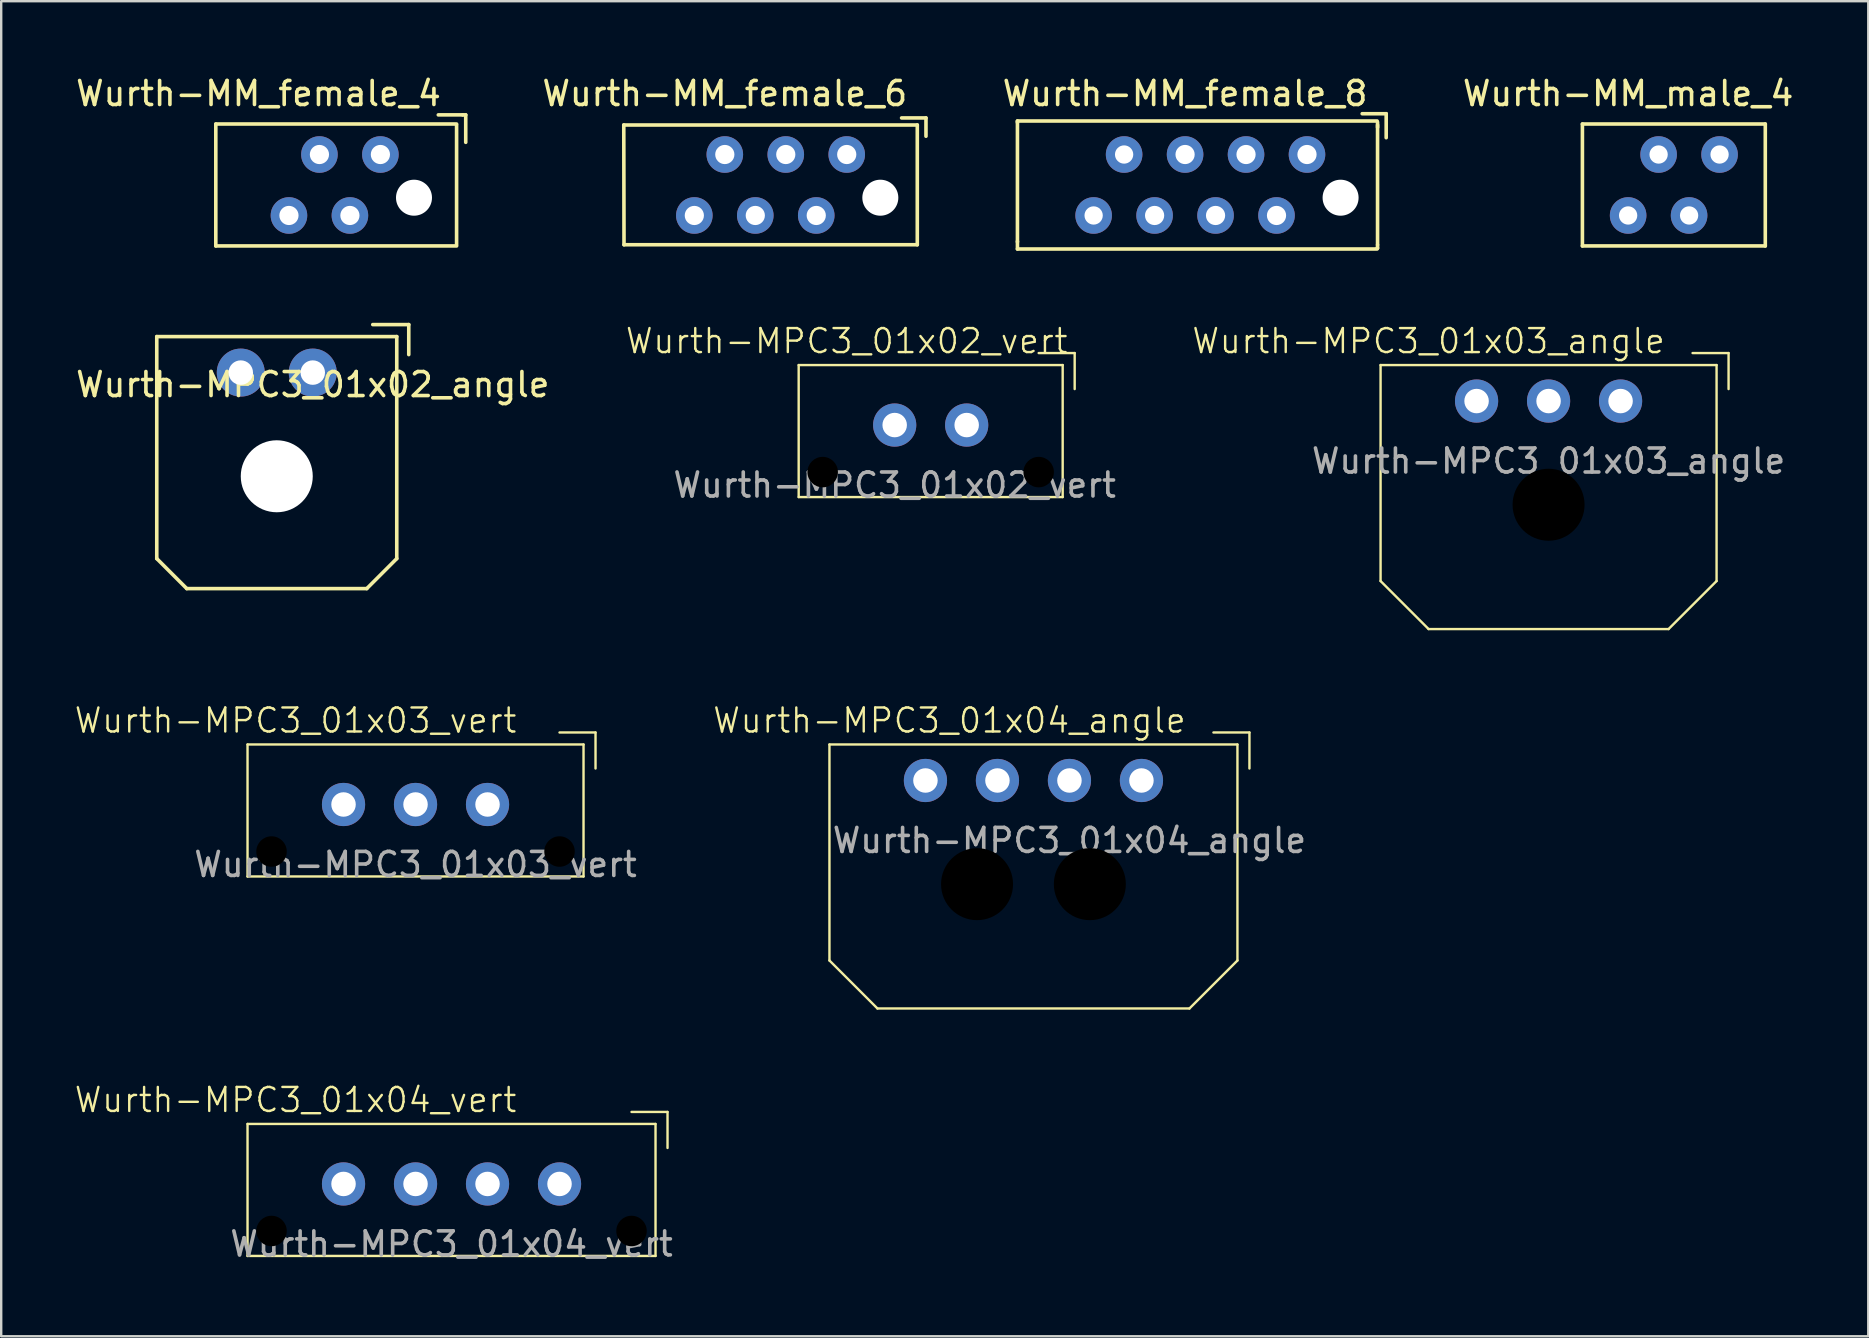
<source format=kicad_pcb>
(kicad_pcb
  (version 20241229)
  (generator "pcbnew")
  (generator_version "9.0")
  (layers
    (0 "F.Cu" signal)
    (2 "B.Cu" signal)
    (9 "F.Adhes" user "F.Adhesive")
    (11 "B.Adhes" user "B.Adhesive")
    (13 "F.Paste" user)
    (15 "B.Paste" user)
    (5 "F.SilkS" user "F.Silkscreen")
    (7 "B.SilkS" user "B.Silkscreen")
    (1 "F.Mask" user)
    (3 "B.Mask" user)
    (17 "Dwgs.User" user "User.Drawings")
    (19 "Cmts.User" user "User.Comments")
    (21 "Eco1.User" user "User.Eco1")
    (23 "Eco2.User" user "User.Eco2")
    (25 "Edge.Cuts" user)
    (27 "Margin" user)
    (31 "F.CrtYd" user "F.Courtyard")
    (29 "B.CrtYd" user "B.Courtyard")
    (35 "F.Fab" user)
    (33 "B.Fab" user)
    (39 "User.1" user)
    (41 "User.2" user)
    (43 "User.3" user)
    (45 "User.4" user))
  (footprint "Wurth-MPC3_01x04_vert"
    (layer "F.Cu")
    (at 20.264 46.282)
    (property "Reference" "Wurth-MPC3_01x04_vert" (at -11 -3.5 0) (unlocked yes) (layer "F.SilkS") (effects (font (size 1 1) (thickness 0.1))))
    (attr smd)
    (fp_line (start -13 -2.5) (end 4 -2.5) (stroke (width 0.1) (type default)) (layer "F.SilkS"))
    (fp_line (start -13 3) (end -13 -2.5) (stroke (width 0.1) (type default)) (layer "F.SilkS"))
    (fp_line (start 3 -3) (end 4.5 -3) (stroke (width 0.1) (type default)) (layer "F.SilkS"))
    (fp_line (start 4 -2.5) (end 4 3) (stroke (width 0.1) (type default)) (layer "F.SilkS"))
    (fp_line (start 4 3) (end -13 3) (stroke (width 0.1) (type default)) (layer "F.SilkS"))
    (fp_line (start 4.5 -3) (end 4.5 -1.5) (stroke (width 0.1) (type default)) (layer "F.SilkS"))
    (fp_text user "${REFERENCE}" (at -4.5 2.5 0) (unlocked yes) (layer "F.Fab") (effects (font (size 1 1) (thickness 0.15))))
    (pad "" np_thru_hole circle (at -12 1.96) (size 1.32 1.32) (drill 1.27) (layers "*.Mask"))
    (pad "" np_thru_hole circle (at 3 1.96) (size 1.32 1.32) (drill 1.27) (layers "*.Mask"))
    (pad "1" thru_hole circle (at 0 0) (size 1.8 1.8) (drill 1.02) (layers "*.Cu" "*.Mask"))
    (pad "2" thru_hole circle (at -3 0) (size 1.8 1.8) (drill 1.02) (layers "*.Cu" "*.Mask"))
    (pad "3" thru_hole circle (at -6 0) (size 1.8 1.8) (drill 1.02) (layers "*.Cu" "*.Mask"))
    (pad "4" thru_hole circle (at -9 0) (size 1.8 1.8) (drill 1.02) (layers "*.Cu" "*.Mask")))
  (footprint "Wurth-MPC3_01x03_angle"
    (layer "F.Cu")
    (at 64.475 13.661)
    (property "Reference" "Wurth-MPC3_01x03_angle" (at -8 -2.5 0) (unlocked yes) (layer "F.SilkS") (effects (font (size 1 1) (thickness 0.1))))
    (attr smd)
    (fp_line (start -10 -1.5) (end 4 -1.5) (stroke (width 0.1) (type default)) (layer "F.SilkS"))
    (fp_line (start -10 7.5) (end -10 -1.5) (stroke (width 0.1) (type default)) (layer "F.SilkS"))
    (fp_line (start -10 7.5) (end -8 9.5) (stroke (width 0.1) (type default)) (layer "F.SilkS"))
    (fp_line (start 2 9.5) (end -8 9.5) (stroke (width 0.1) (type default)) (layer "F.SilkS"))
    (fp_line (start 2 9.5) (end 4 7.5) (stroke (width 0.1) (type default)) (layer "F.SilkS"))
    (fp_line (start 3 -2) (end 4.5 -2) (stroke (width 0.1) (type default)) (layer "F.SilkS"))
    (fp_line (start 4 -1.5) (end 4 7.5) (stroke (width 0.1) (type default)) (layer "F.SilkS"))
    (fp_line (start 4.5 -2) (end 4.5 -0.5) (stroke (width 0.1) (type default)) (layer "F.SilkS"))
    (fp_text user "${REFERENCE}" (at -3 2.5 0) (unlocked yes) (layer "F.Fab") (effects (font (size 1 1) (thickness 0.15))))
    (pad "" np_thru_hole circle (at -3 4.32) (size 3.05 3.05) (drill 3) (layers "*.Mask"))
    (pad "1" thru_hole circle (at 0 0) (size 1.8 1.8) (drill 1.02) (layers "*.Cu" "*.Mask"))
    (pad "2" thru_hole circle (at -3 0) (size 1.8 1.8) (drill 1.02) (layers "*.Cu" "*.Mask"))
    (pad "3" thru_hole circle (at -6 0) (size 1.8 1.8) (drill 1.02) (layers "*.Cu" "*.Mask")))
  (footprint "Wurth-MM_female_8"
    (layer "F.Cu")
    (at 51.409 3.388)
    (property "Reference" "Wurth-MM_female_8" (at -5.08 -2.54 0) (layer "F.SilkS") (effects (font (size 1 1) (thickness 0.15))))
    (attr through_hole)
    (fp_line (start -12.065 -1.397) (end 2.921 -1.397) (stroke (width 0.15) (type solid)) (layer "F.SilkS"))
    (fp_line (start -12.065 -1.36) (end -12.065 3.64) (stroke (width 0.15) (type solid)) (layer "F.SilkS"))
    (fp_line (start -12.065 -1.333) (end -12.065 -1.397) (stroke (width 0.15) (type solid)) (layer "F.SilkS"))
    (fp_line (start -12.065 3.619) (end -12.065 3.937) (stroke (width 0.15) (type solid)) (layer "F.SilkS"))
    (fp_line (start -12.065 3.937) (end 2.921 3.937) (stroke (width 0.15) (type solid)) (layer "F.SilkS"))
    (fp_line (start 2.3 -1.7) (end 3.3 -1.7) (stroke (width 0.15) (type solid)) (layer "F.SilkS"))
    (fp_line (start 2.94 -1.23) (end 2.94 3.76) (stroke (width 0.15) (type solid)) (layer "F.SilkS"))
    (fp_line (start 2.94 -1.13) (end 2.94 -1.35) (stroke (width 0.15) (type solid)) (layer "F.SilkS"))
    (fp_line (start 2.94 3.9) (end 2.92 3.9) (stroke (width 0.15) (type solid)) (layer "F.SilkS"))
    (fp_line (start 2.94 3.9) (end 2.94 3.77) (stroke (width 0.15) (type solid)) (layer "F.SilkS"))
    (fp_line (start 3.3 -1.7) (end 3.3 -0.7) (stroke (width 0.15) (type solid)) (layer "F.SilkS"))
    (pad "" np_thru_hole circle (at 1.4 1.8) (size 1.5 1.5) (drill 1.5) (layers "*.Cu" "*.Mask"))
    (pad "1" thru_hole circle (at 0 0) (size 1.524 1.524) (drill 0.8) (layers "*.Cu" "*.Mask"))
    (pad "2" thru_hole circle (at -1.27 2.54) (size 1.524 1.524) (drill 0.8) (layers "*.Cu" "*.Mask"))
    (pad "3" thru_hole circle (at -2.54 0) (size 1.524 1.524) (drill 0.8) (layers "*.Cu" "*.Mask"))
    (pad "4" thru_hole circle (at -3.81 2.54) (size 1.524 1.524) (drill 0.8) (layers "*.Cu" "*.Mask"))
    (pad "5" thru_hole circle (at -5.08 0) (size 1.524 1.524) (drill 0.8) (layers "*.Cu" "*.Mask"))
    (pad "6" thru_hole circle (at -6.35 2.54) (size 1.524 1.524) (drill 0.8) (layers "*.Cu" "*.Mask"))
    (pad "7" thru_hole circle (at -7.62 0) (size 1.524 1.524) (drill 0.762) (layers "*.Cu" "*.Mask"))
    (pad "8" thru_hole circle (at -8.89 2.54) (size 1.524 1.524) (drill 0.762) (layers "*.Cu" "*.Mask")))
  (footprint "Wurth-MM_female_4"
    (layer "F.Cu")
    (at 12.8 3.388)
    (property "Reference" "Wurth-MM_female_4" (at -5.08 -2.54 0) (layer "F.SilkS") (effects (font (size 1 1) (thickness 0.15))))
    (attr through_hole)
    (fp_line (start -6.858 3.81) (end -6.858 -1.27) (stroke (width 0.15) (type solid)) (layer "F.SilkS"))
    (fp_line (start -6.858 3.81) (end 3.175 3.81) (stroke (width 0.15) (type solid)) (layer "F.SilkS"))
    (fp_line (start 2.413 -1.651) (end 3.429 -1.651) (stroke (width 0.15) (type solid)) (layer "F.SilkS"))
    (fp_line (start 3.175 -1.27) (end -6.858 -1.27) (stroke (width 0.15) (type solid)) (layer "F.SilkS"))
    (fp_line (start 3.175 -1.23) (end 3.175 3.76) (stroke (width 0.15) (type solid)) (layer "F.SilkS"))
    (fp_line (start 3.429 -1.651) (end 3.556 -1.651) (stroke (width 0.15) (type solid)) (layer "F.SilkS"))
    (fp_line (start 3.556 -1.651) (end 3.556 -0.508) (stroke (width 0.15) (type solid)) (layer "F.SilkS"))
    (pad "" np_thru_hole circle (at 1.4 1.8) (size 1.5 1.5) (drill 1.5) (layers "*.Cu" "*.Mask"))
    (pad "1" thru_hole circle (at 0 0) (size 1.524 1.524) (drill 0.8) (layers "*.Cu" "*.Mask"))
    (pad "2" thru_hole circle (at -1.27 2.54) (size 1.524 1.524) (drill 0.8) (layers "*.Cu" "*.Mask"))
    (pad "3" thru_hole circle (at -2.54 0) (size 1.524 1.524) (drill 0.8) (layers "*.Cu" "*.Mask"))
    (pad "4" thru_hole circle (at -3.81 2.54) (size 1.524 1.524) (drill 0.8) (layers "*.Cu" "*.Mask")))
  (footprint "Wurth-MM_male_4"
    (layer "F.Cu")
    (at 68.6 3.388)
    (property "Reference" "Wurth-MM_male_4" (at -3.81 -2.54 0) (layer "F.SilkS") (effects (font (size 1 1) (thickness 0.15))))
    (attr through_hole)
    (fp_line (start -5.715 -1.27) (end 1.905 -1.27) (stroke (width 0.15) (type solid)) (layer "F.SilkS"))
    (fp_line (start -5.715 3.81) (end -5.715 -1.27) (stroke (width 0.15) (type solid)) (layer "F.SilkS"))
    (fp_line (start 1.905 -1.27) (end 1.905 3.81) (stroke (width 0.15) (type solid)) (layer "F.SilkS"))
    (fp_line (start 1.905 3.81) (end -5.715 3.81) (stroke (width 0.15) (type solid)) (layer "F.SilkS"))
    (pad "1" thru_hole circle (at 0 0) (size 1.524 1.524) (drill 0.762) (layers "*.Cu" "*.Mask"))
    (pad "2" thru_hole circle (at -1.27 2.54) (size 1.524 1.524) (drill 0.762) (layers "*.Cu" "*.Mask"))
    (pad "3" thru_hole circle (at -2.54 0) (size 1.524 1.524) (drill 0.762) (layers "*.Cu" "*.Mask"))
    (pad "4" thru_hole circle (at -3.81 2.54) (size 1.524 1.524) (drill 0.762) (layers "*.Cu" "*.Mask")))
  (footprint "Wurth-MPC3_01x04_angle"
    (layer "F.Cu")
    (at 44.511 29.471)
    (property "Reference" "Wurth-MPC3_01x04_angle" (at -8 -2.5 0) (unlocked yes) (layer "F.SilkS") (effects (font (size 1 1) (thickness 0.1))))
    (attr smd)
    (fp_line (start -13 -1.5) (end 4 -1.5) (stroke (width 0.1) (type default)) (layer "F.SilkS"))
    (fp_line (start -13 7.5) (end -13 -1.5) (stroke (width 0.1) (type default)) (layer "F.SilkS"))
    (fp_line (start -13 7.5) (end -11 9.5) (stroke (width 0.1) (type default)) (layer "F.SilkS"))
    (fp_line (start 2 9.5) (end -11 9.5) (stroke (width 0.1) (type default)) (layer "F.SilkS"))
    (fp_line (start 2 9.5) (end 4 7.5) (stroke (width 0.1) (type default)) (layer "F.SilkS"))
    (fp_line (start 3 -2) (end 4.5 -2) (stroke (width 0.1) (type default)) (layer "F.SilkS"))
    (fp_line (start 4 -1.5) (end 4 7.5) (stroke (width 0.1) (type default)) (layer "F.SilkS"))
    (fp_line (start 4.5 -2) (end 4.5 -0.5) (stroke (width 0.1) (type default)) (layer "F.SilkS"))
    (fp_text user "${REFERENCE}" (at -3 2.5 0) (unlocked yes) (layer "F.Fab") (effects (font (size 1 1) (thickness 0.15))))
    (pad "" np_thru_hole circle (at -6.85 4.32) (size 3.05 3.05) (drill 3) (layers "*.Mask"))
    (pad "" np_thru_hole circle (at -2.15 4.32) (size 3.05 3.05) (drill 3) (layers "*.Mask"))
    (pad "1" thru_hole circle (at 0 0) (size 1.8 1.8) (drill 1.02) (layers "*.Cu" "*.Mask"))
    (pad "2" thru_hole circle (at -3 0) (size 1.8 1.8) (drill 1.02) (layers "*.Cu" "*.Mask"))
    (pad "3" thru_hole circle (at -6 0) (size 1.8 1.8) (drill 1.02) (layers "*.Cu" "*.Mask"))
    (pad "4" thru_hole circle (at -9 0) (size 1.8 1.8) (drill 1.02) (layers "*.Cu" "*.Mask")))
  (footprint "Wurth-MM_female_6"
    (layer "F.Cu")
    (at 32.231 3.388)
    (property "Reference" "Wurth-MM_female_6" (at -5.08 -2.54 0) (layer "F.SilkS") (effects (font (size 1 1) (thickness 0.15))))
    (attr through_hole)
    (fp_line (start -9.28 3.76) (end -9.29 -1.23) (stroke (width 0.15) (type solid)) (layer "F.SilkS"))
    (fp_line (start 2.286 -1.524) (end 3.302 -1.524) (stroke (width 0.15) (type solid)) (layer "F.SilkS"))
    (fp_line (start 2.94 -1.23) (end -9.29 -1.23) (stroke (width 0.15) (type solid)) (layer "F.SilkS"))
    (fp_line (start 2.94 -1.23) (end 2.94 3.76) (stroke (width 0.15) (type solid)) (layer "F.SilkS"))
    (fp_line (start 2.94 3.76) (end -9.28 3.76) (stroke (width 0.15) (type solid)) (layer "F.SilkS"))
    (fp_line (start 3.302 -1.524) (end 3.302 -0.762) (stroke (width 0.15) (type solid)) (layer "F.SilkS"))
    (pad "" np_thru_hole circle (at 1.4 1.8) (size 1.5 1.5) (drill 1.5) (layers "*.Cu" "*.Mask"))
    (pad "1" thru_hole circle (at 0 0) (size 1.524 1.524) (drill 0.8) (layers "*.Cu" "*.Mask"))
    (pad "2" thru_hole circle (at -1.27 2.54) (size 1.524 1.524) (drill 0.8) (layers "*.Cu" "*.Mask"))
    (pad "3" thru_hole circle (at -2.54 0) (size 1.524 1.524) (drill 0.8) (layers "*.Cu" "*.Mask"))
    (pad "4" thru_hole circle (at -3.81 2.54) (size 1.524 1.524) (drill 0.8) (layers "*.Cu" "*.Mask"))
    (pad "5" thru_hole circle (at -5.08 0) (size 1.524 1.524) (drill 0.8) (layers "*.Cu" "*.Mask"))
    (pad "6" thru_hole circle (at -6.35 2.54) (size 1.524 1.524) (drill 0.8) (layers "*.Cu" "*.Mask")))
  (footprint "Wurth-MPC3_01x02_angle"
    (layer "F.Cu")
    (at 9.982 12.475)
    (property "Reference" "Wurth-MPC3_01x02_angle" (at 0 0.5 0) (layer "F.SilkS") (effects (font (size 1 1) (thickness 0.15))))
    (attr through_hole)
    (fp_line (start -6.5 7.75) (end -6.5 -1.5) (stroke (width 0.15) (type solid)) (layer "F.SilkS"))
    (fp_line (start -5.25 9) (end -6.5 7.75) (stroke (width 0.15) (type solid)) (layer "F.SilkS"))
    (fp_line (start 2.25 9) (end -5.25 9) (stroke (width 0.15) (type solid)) (layer "F.SilkS"))
    (fp_line (start 2.5 -2) (end 4 -2) (stroke (width 0.15) (type solid)) (layer "F.SilkS"))
    (fp_line (start 3.5 -1.5) (end -6.5 -1.5) (stroke (width 0.15) (type solid)) (layer "F.SilkS"))
    (fp_line (start 3.5 -1.5) (end 3.5 7.75) (stroke (width 0.15) (type solid)) (layer "F.SilkS"))
    (fp_line (start 3.5 7.75) (end 2.25 9) (stroke (width 0.15) (type solid)) (layer "F.SilkS"))
    (fp_line (start 4 -2) (end 4 -0.75) (stroke (width 0.15) (type solid)) (layer "F.SilkS"))
    (pad "" np_thru_hole circle (at -1.5 4.32) (size 3 3) (drill 3) (layers "*.Cu" "*.Mask"))
    (pad "1" thru_hole circle (at 0 0) (size 2 2) (drill 1.02) (layers "*.Cu" "*.Mask"))
    (pad "2" thru_hole circle (at -3 0) (size 2 2) (drill 1.02) (layers "*.Cu" "*.Mask")))
  (footprint "Wurth-MPC3_01x03_vert"
    (layer "F.Cu")
    (at 17.264 30.471)
    (property "Reference" "Wurth-MPC3_01x03_vert" (at -8 -3.5 0) (unlocked yes) (layer "F.SilkS") (effects (font (size 1 1) (thickness 0.1))))
    (attr smd)
    (fp_line (start -10 -2.5) (end 4 -2.5) (stroke (width 0.1) (type default)) (layer "F.SilkS"))
    (fp_line (start -10 3) (end -10 -2.5) (stroke (width 0.1) (type default)) (layer "F.SilkS"))
    (fp_line (start 3 -3) (end 4.5 -3) (stroke (width 0.1) (type default)) (layer "F.SilkS"))
    (fp_line (start 4 -2.5) (end 4 3) (stroke (width 0.1) (type default)) (layer "F.SilkS"))
    (fp_line (start 4 3) (end -10 3) (stroke (width 0.1) (type default)) (layer "F.SilkS"))
    (fp_line (start 4.5 -3) (end 4.5 -1.5) (stroke (width 0.1) (type default)) (layer "F.SilkS"))
    (fp_text user "${REFERENCE}" (at -3 2.5 0) (unlocked yes) (layer "F.Fab") (effects (font (size 1 1) (thickness 0.15))))
    (pad "" np_thru_hole circle (at -9 1.96) (size 1.32 1.32) (drill 1.27) (layers "*.Mask"))
    (pad "" np_thru_hole circle (at 3 1.96) (size 1.32 1.32) (drill 1.27) (layers "*.Mask"))
    (pad "1" thru_hole circle (at 0 0) (size 1.8 1.8) (drill 1.02) (layers "*.Cu" "*.Mask"))
    (pad "2" thru_hole circle (at -3 0) (size 1.8 1.8) (drill 1.02) (layers "*.Cu" "*.Mask"))
    (pad "3" thru_hole circle (at -6 0) (size 1.8 1.8) (drill 1.02) (layers "*.Cu" "*.Mask")))
  (footprint "Wurth-MPC3_01x02_vert"
    (layer "F.Cu")
    (at 37.229 14.661)
    (property "Reference" "Wurth-MPC3_01x02_vert" (at -5 -3.5 0) (unlocked yes) (layer "F.SilkS") (effects (font (size 1 1) (thickness 0.1))))
    (attr smd)
    (fp_line (start -7 -2.5) (end 4 -2.5) (stroke (width 0.1) (type default)) (layer "F.SilkS"))
    (fp_line (start -7 3) (end -7 -2.5) (stroke (width 0.1) (type default)) (layer "F.SilkS"))
    (fp_line (start 3 -3) (end 4.5 -3) (stroke (width 0.1) (type default)) (layer "F.SilkS"))
    (fp_line (start 4 -2.5) (end 4 3) (stroke (width 0.1) (type default)) (layer "F.SilkS"))
    (fp_line (start 4 3) (end -7 3) (stroke (width 0.1) (type default)) (layer "F.SilkS"))
    (fp_line (start 4.5 -3) (end 4.5 -1.5) (stroke (width 0.1) (type default)) (layer "F.SilkS"))
    (fp_text user "${REFERENCE}" (at -3 2.5 0) (unlocked yes) (layer "F.Fab") (effects (font (size 1 1) (thickness 0.15))))
    (pad "" np_thru_hole circle (at -6 1.96) (size 1.32 1.32) (drill 1.27) (layers "*.Mask"))
    (pad "" np_thru_hole circle (at 3 1.96) (size 1.32 1.32) (drill 1.27) (layers "*.Mask"))
    (pad "1" thru_hole circle (at 0 0) (size 1.8 1.8) (drill 1.02) (layers "*.Cu" "*.Mask"))
    (pad "2" thru_hole circle (at -3 0) (size 1.8 1.8) (drill 1.02) (layers "*.Cu" "*.Mask")))
  (gr_rect
    (start -3 -3)
    (end 74.796 52.63)
    (stroke (width 0.1) (type default))
    (fill no)
    (layer "Edge.Cuts")))
</source>
